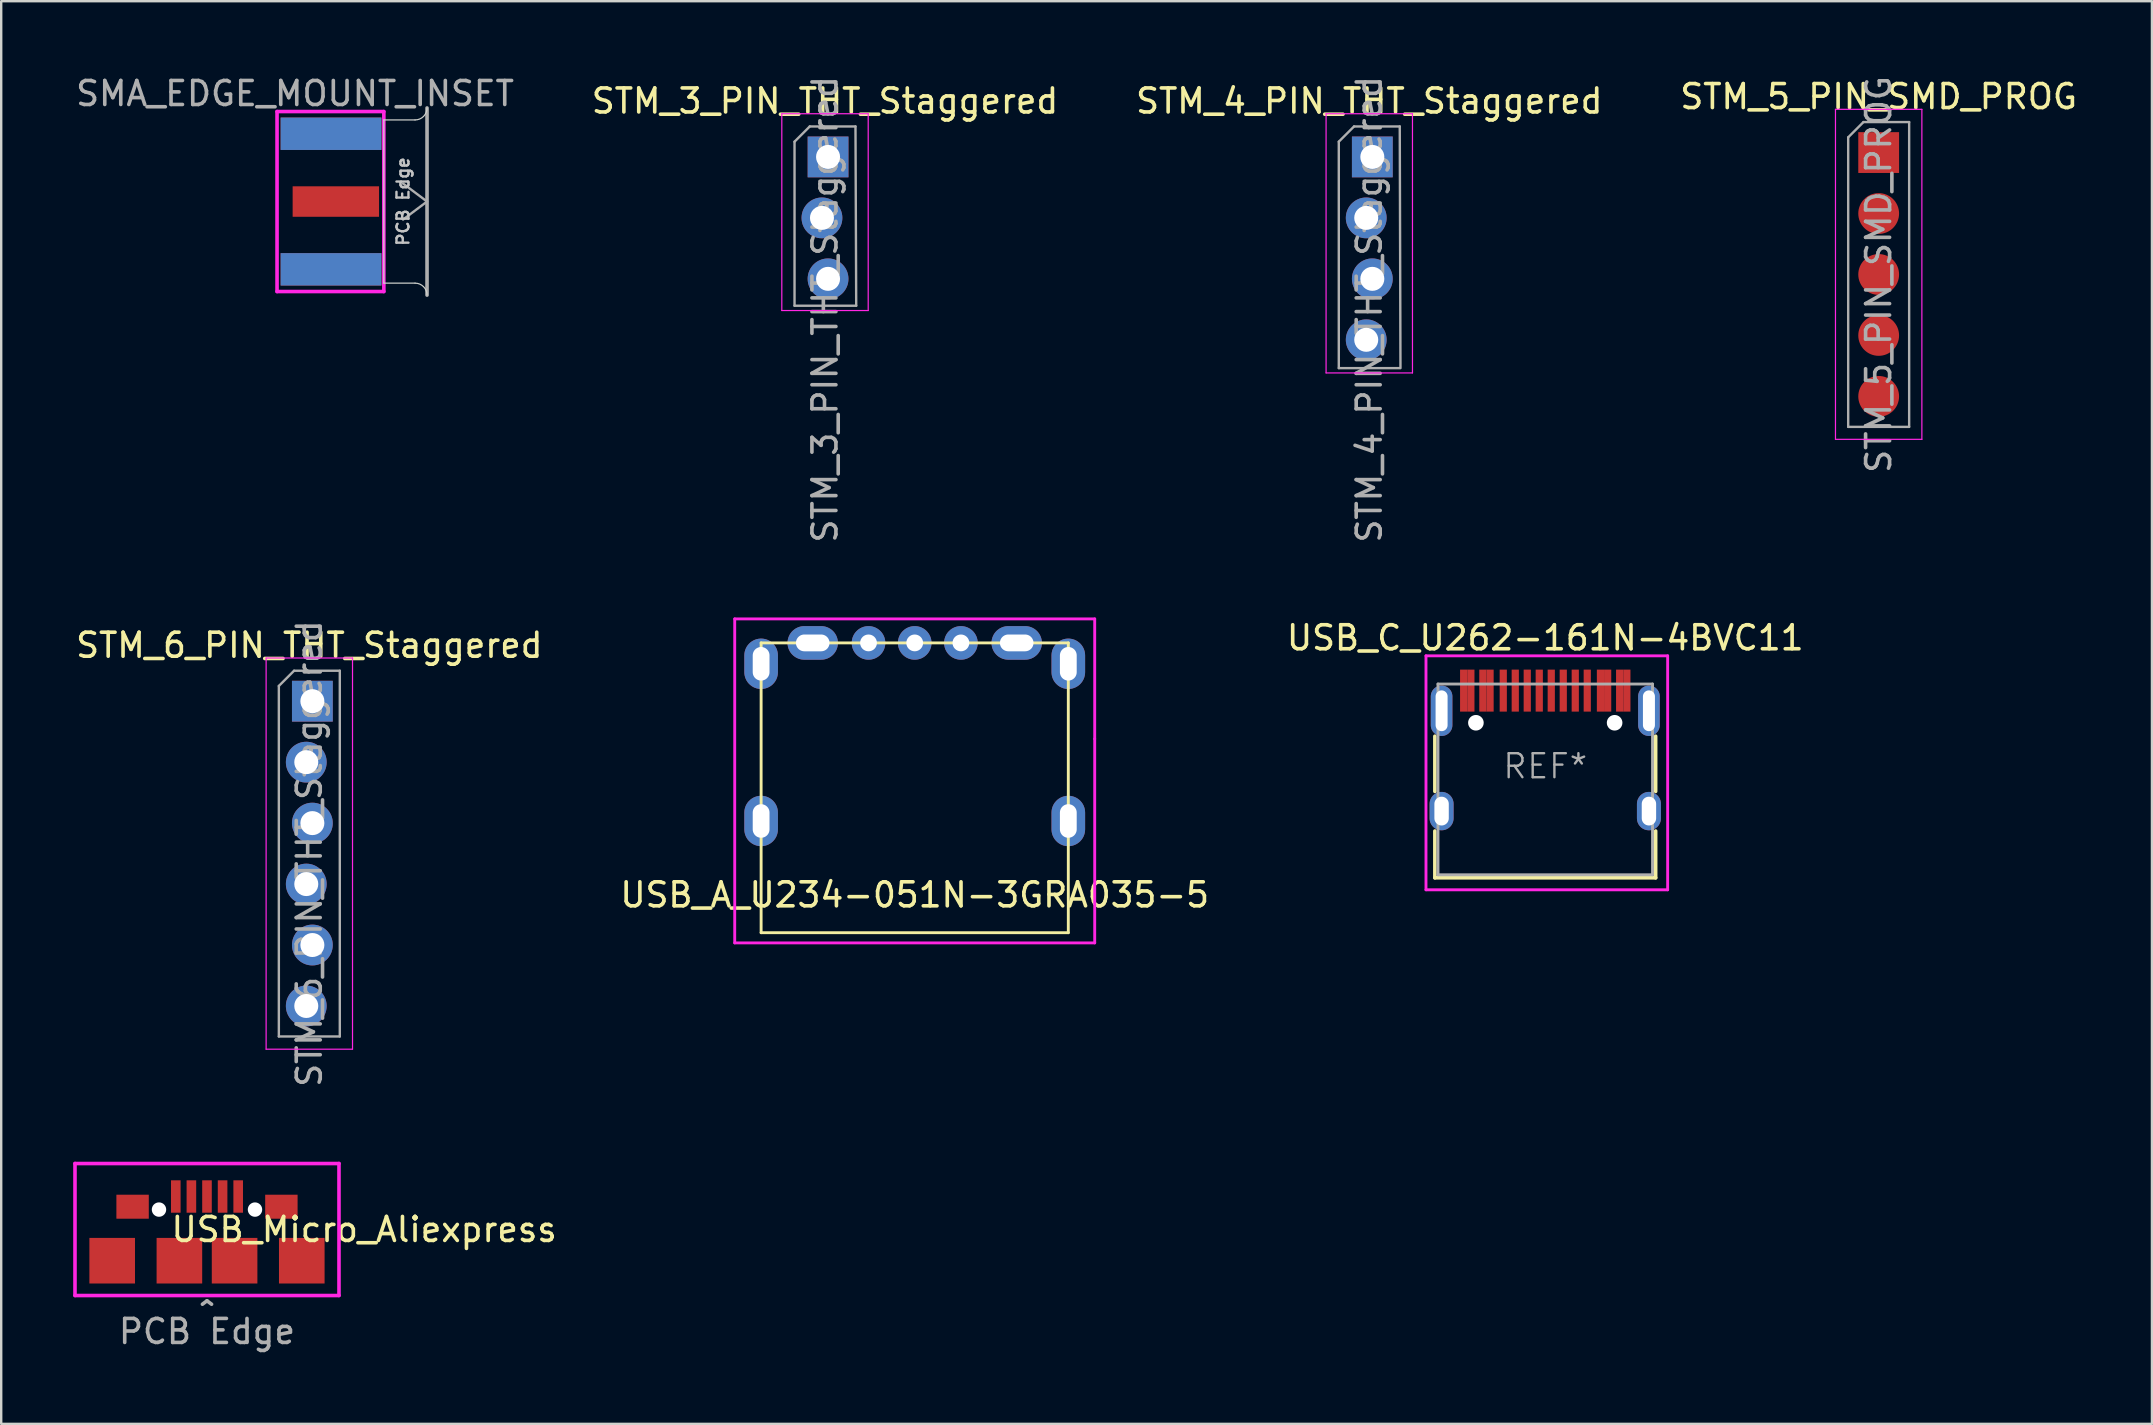
<source format=kicad_pcb>
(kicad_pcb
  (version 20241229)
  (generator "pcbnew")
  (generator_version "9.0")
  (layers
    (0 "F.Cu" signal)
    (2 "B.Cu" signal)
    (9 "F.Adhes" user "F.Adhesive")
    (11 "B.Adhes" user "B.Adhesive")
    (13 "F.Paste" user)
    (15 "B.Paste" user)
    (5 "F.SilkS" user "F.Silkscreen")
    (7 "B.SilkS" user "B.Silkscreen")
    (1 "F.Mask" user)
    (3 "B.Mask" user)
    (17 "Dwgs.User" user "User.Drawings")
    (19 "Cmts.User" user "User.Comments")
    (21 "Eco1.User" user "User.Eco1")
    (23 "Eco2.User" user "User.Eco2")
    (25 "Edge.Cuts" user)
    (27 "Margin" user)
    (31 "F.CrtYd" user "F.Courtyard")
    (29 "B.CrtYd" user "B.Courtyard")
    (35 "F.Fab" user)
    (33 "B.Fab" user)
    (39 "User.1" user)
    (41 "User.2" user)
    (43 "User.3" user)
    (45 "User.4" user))
  (footprint "STM_4_PIN_THT_Staggered"
    (layer "F.Cu")
    (at 54.006 3.489)
    (property "Reference" "STM_4_PIN_THT_Staggered" (at 0 -2.33 0) (layer "F.SilkS") (effects (font (size 1 1) (thickness 0.15))))
    (attr through_hole)
    (fp_line (start -1.8 -1.8) (end -1.8 9) (stroke (width 0.05) (type solid)) (layer "F.CrtYd"))
    (fp_line (start -1.8 9) (end 1.8 9) (stroke (width 0.05) (type solid)) (layer "F.CrtYd"))
    (fp_line (start 1.8 -1.8) (end -1.8 -1.8) (stroke (width 0.05) (type solid)) (layer "F.CrtYd"))
    (fp_line (start 1.8 9) (end 1.8 -1.8) (stroke (width 0.05) (type solid)) (layer "F.CrtYd"))
    (fp_line (start -1.27 -0.635) (end -0.635 -1.27) (stroke (width 0.1) (type solid)) (layer "F.Fab"))
    (fp_line (start -1.27 8.8) (end -1.27 -0.635) (stroke (width 0.1) (type solid)) (layer "F.Fab"))
    (fp_line (start -0.635 -1.27) (end 1.27 -1.27) (stroke (width 0.1) (type solid)) (layer "F.Fab"))
    (fp_line (start 1.27 -1.27) (end 1.3 8.8) (stroke (width 0.1) (type solid)) (layer "F.Fab"))
    (fp_line (start 1.27 8.8) (end -1.27 8.8) (stroke (width 0.1) (type solid)) (layer "F.Fab"))
    (fp_text user "${REFERENCE}" (at 0 6.35 90) (layer "F.Fab") (effects (font (size 1 1) (thickness 0.15))))
    (pad "1" thru_hole rect (at 0.127 0) (size 1.7 1.7) (drill 1) (layers "*.Cu" "*.Mask"))
    (pad "2" thru_hole oval (at -0.127 2.54) (size 1.7 1.7) (drill 1) (layers "*.Cu" "*.Mask"))
    (pad "3" thru_hole oval (at 0.127 5.08) (size 1.7 1.7) (drill 1) (layers "*.Cu" "*.Mask"))
    (pad "4" thru_hole oval (at -0.127 7.62) (size 1.7 1.7) (drill 1) (layers "*.Cu" "*.Mask")))
  (footprint "USB_A_U234-051N-3GRA035-5"
    (layer "F.Cu")
    (at 35.065 33.739)
    (property "Reference" "USB_A_U234-051N-3GRA035-5" (at 0 0.5 0) (layer "F.SilkS") (effects (font (size 1 1) (thickness 0.15))))
    (attr through_hole)
    (fp_line (start -6.4 -10) (end 6.4 -10) (stroke (width 0.12) (type solid)) (layer "F.SilkS"))
    (fp_line (start -6.4 2.075) (end -6.4 -10) (stroke (width 0.12) (type solid)) (layer "F.SilkS"))
    (fp_line (start 6.4 -10) (end 6.4 2.075) (stroke (width 0.12) (type solid)) (layer "F.SilkS"))
    (fp_line (start 6.4 2.075) (end -6.4 2.075) (stroke (width 0.12) (type solid)) (layer "F.SilkS"))
    (fp_line (start -7.5 -11) (end -7.5 2.5) (stroke (width 0.12) (type solid)) (layer "F.CrtYd"))
    (fp_line (start -7.5 2.5) (end 7.5 2.5) (stroke (width 0.12) (type solid)) (layer "F.CrtYd"))
    (fp_line (start 7.5 -11) (end -7.5 -11) (stroke (width 0.12) (type solid)) (layer "F.CrtYd"))
    (fp_line (start 7.5 -6) (end 7.5 -11) (stroke (width 0.12) (type solid)) (layer "F.CrtYd"))
    (fp_line (start 7.5 2.5) (end 7.5 -6) (stroke (width 0.12) (type solid)) (layer "F.CrtYd"))
    (pad "1" thru_hole oval (at -4.25 -10 90) (size 1.4 2.1) (drill oval 0.7 1.4) (layers "*.Cu" "*.Mask"))
    (pad "2" thru_hole circle (at -1.925 -10 90) (size 1.4 1.4) (drill 0.7) (layers "*.Cu" "*.Mask"))
    (pad "3" thru_hole circle (at 0 -10 90) (size 1.4 1.4) (drill 0.7) (layers "*.Cu" "*.Mask"))
    (pad "4" thru_hole circle (at 1.925 -10 90) (size 1.4 1.4) (drill 0.7) (layers "*.Cu" "*.Mask"))
    (pad "5" thru_hole oval (at -6.4 -9.13) (size 1.4 2.1) (drill oval 0.7 1.4) (layers "*.Cu" "*.Mask"))
    (pad "5" thru_hole oval (at -6.4 -2.58 180) (size 1.4 2.1) (drill oval 0.7 1.4) (layers "*.Cu" "*.Mask"))
    (pad "5" thru_hole oval (at 4.25 -10 90) (size 1.4 2.1) (drill oval 0.7 1.4) (layers "*.Cu" "*.Mask"))
    (pad "5" thru_hole oval (at 6.4 -9.13 180) (size 1.4 2.1) (drill oval 0.7 1.4) (layers "*.Cu" "*.Mask"))
    (pad "5" thru_hole oval (at 6.4 -2.58 180) (size 1.4 2.1) (drill oval 0.7 1.4) (layers "*.Cu" "*.Mask")))
  (footprint "SMA_EDGE_MOUNT_INSET"
    (layer "F.Cu")
    (at 10.744 5.348)
    (property "Reference" "SMA_EDGE_MOUNT_INSET" (at -1.5 -4.5 0) (layer "F.Fab") (effects (font (size 1 1) (thickness 0.15))))
    (attr smd)
    (fp_line (start 2.2 -3.4) (end 2.2 3.4) (stroke (width 0.05) (type solid)) (layer "Edge.Cuts"))
    (fp_line (start 2.2 -3.4) (end 3.5 -3.4) (stroke (width 0.05) (type solid)) (layer "Edge.Cuts"))
    (fp_line (start 2.2 3.4) (end 3.5 3.4) (stroke (width 0.05) (type solid)) (layer "Edge.Cuts"))
    (fp_arc (start 3.5 3.4) (mid 3.853553 3.546447) (end 4 3.9) (stroke (width 0.05) (type solid)) (layer "Edge.Cuts"))
    (fp_arc (start 4 -3.9) (mid 3.853553 -3.546447) (end 3.5 -3.4) (stroke (width 0.05) (type solid)) (layer "Edge.Cuts"))
    (fp_line (start -2.25 -3.75) (end 2.2 -3.75) (stroke (width 0.15) (type solid)) (layer "F.CrtYd"))
    (fp_line (start -2.25 3.75) (end -2.25 -3.75) (stroke (width 0.15) (type solid)) (layer "F.CrtYd"))
    (fp_line (start 2.2 -3.75) (end 2.2 3.75) (stroke (width 0.15) (type solid)) (layer "F.CrtYd"))
    (fp_line (start 2.2 3.75) (end -2.25 3.75) (stroke (width 0.15) (type solid)) (layer "F.CrtYd"))
    (fp_line (start 3 -0.75) (end 4 0) (stroke (width 0.1) (type solid)) (layer "F.Fab"))
    (fp_line (start 4 -3.9) (end 4 3.9) (stroke (width 0.15) (type solid)) (layer "F.Fab"))
    (fp_line (start 4 0) (end 3 0.75) (stroke (width 0.1) (type solid)) (layer "F.Fab"))
    (fp_text user "PCB Edge" (at 3 0 90) (layer "Dwgs.User") (effects (font (size 0.5 0.5) (thickness 0.1))))
    (pad "1" smd rect (at 0.2 0 90) (size 1.27 3.6) (layers "F.Cu" "F.Mask"))
    (pad "2" smd rect (at 0 -2.825 90) (size 1.35 4.2) (layers "F.Cu" "F.Mask"))
    (pad "2" smd rect (at 0 -2.825 90) (size 1.35 4.2) (layers "B.Cu" "B.Mask"))
    (pad "2" smd rect (at 0 2.825 90) (size 1.35 4.2) (layers "F.Cu" "F.Mask"))
    (pad "2" smd rect (at 0 2.825 90) (size 1.35 4.2) (layers "B.Cu" "B.Mask")))
  (footprint "STM_5_PIN_SMD_PROG"
    (layer "F.Cu")
    (at 75.232 3.307)
    (property "Reference" "STM_5_PIN_SMD_PROG" (at 0 -2.33 0) (layer "F.SilkS") (effects (font (size 1 1) (thickness 0.15))))
    (attr through_hole)
    (fp_line (start -1.8 -1.8) (end -1.8 11.95) (stroke (width 0.05) (type solid)) (layer "F.CrtYd"))
    (fp_line (start -1.8 11.95) (end 1.8 11.95) (stroke (width 0.05) (type solid)) (layer "F.CrtYd"))
    (fp_line (start 1.8 -1.8) (end -1.8 -1.8) (stroke (width 0.05) (type solid)) (layer "F.CrtYd"))
    (fp_line (start 1.8 11.95) (end 1.8 -1.8) (stroke (width 0.05) (type solid)) (layer "F.CrtYd"))
    (fp_line (start -1.27 -0.635) (end -0.635 -1.27) (stroke (width 0.1) (type solid)) (layer "F.Fab"))
    (fp_line (start -1.27 11.43) (end -1.27 -0.635) (stroke (width 0.1) (type solid)) (layer "F.Fab"))
    (fp_line (start -0.635 -1.27) (end 1.27 -1.27) (stroke (width 0.1) (type solid)) (layer "F.Fab"))
    (fp_line (start 1.27 -1.27) (end 1.27 11.43) (stroke (width 0.1) (type solid)) (layer "F.Fab"))
    (fp_line (start 1.27 11.43) (end -1.27 11.43) (stroke (width 0.1) (type solid)) (layer "F.Fab"))
    (fp_text user "${REFERENCE}" (at 0 5.08 90) (layer "F.Fab") (effects (font (size 1 1) (thickness 0.15))))
    (pad "1" smd rect (at 0 0) (size 1.7 1.7) (layers "F.Cu" "F.Mask" "F.Paste"))
    (pad "2" smd oval (at 0 2.54) (size 1.7 1.7) (layers "F.Cu" "F.Mask" "F.Paste"))
    (pad "3" smd oval (at 0 5.08) (size 1.7 1.7) (layers "F.Cu" "F.Mask" "F.Paste"))
    (pad "4" smd oval (at 0 7.62) (size 1.7 1.7) (layers "F.Cu" "F.Mask" "F.Paste"))
    (pad "5" smd oval (at 0 10.16) (size 1.7 1.7) (layers "F.Cu" "F.Mask" "F.Paste")))
  (footprint "USB_C_U262-161N-4BVC11"
    (layer "F.Cu")
    (at 61.339 28.877)
    (property "Reference" "USB_C_U262-161N-4BVC11" (at 0 -5.35 0) (layer "F.SilkS") (effects (font (size 1 1) (thickness 0.15))))
    (attr through_hole)
    (fp_line (start -4.6 1.05) (end -4.6 -1.25) (stroke (width 0.15) (type solid)) (layer "F.SilkS"))
    (fp_line (start -4.6 4.65) (end -4.6 2.7) (stroke (width 0.15) (type solid)) (layer "F.SilkS"))
    (fp_line (start 4.6 1.05) (end 4.6 -1.25) (stroke (width 0.15) (type solid)) (layer "F.SilkS"))
    (fp_line (start 4.6 4.65) (end -4.6 4.65) (stroke (width 0.15) (type solid)) (layer "F.SilkS"))
    (fp_line (start 4.6 4.65) (end 4.6 2.7) (stroke (width 0.15) (type solid)) (layer "F.SilkS"))
    (fp_line (start -4.97 -4.6) (end -4.97 5.15) (stroke (width 0.12) (type solid)) (layer "F.CrtYd"))
    (fp_line (start -4.97 -4.6) (end 5.1 -4.6) (stroke (width 0.12) (type solid)) (layer "F.CrtYd"))
    (fp_line (start -4.97 5.15) (end 5.1 5.15) (stroke (width 0.12) (type solid)) (layer "F.CrtYd"))
    (fp_line (start 5.1 -4.6) (end 5.1 5.15) (stroke (width 0.12) (type solid)) (layer "F.CrtYd"))
    (fp_line (start -4.47 -3.425) (end -4.47 4.525) (stroke (width 0.12) (type solid)) (layer "F.Fab"))
    (fp_line (start -4.47 -3.425) (end 4.47 -3.425) (stroke (width 0.12) (type solid)) (layer "F.Fab"))
    (fp_line (start 4.47 -3.425) (end 4.47 4.525) (stroke (width 0.12) (type solid)) (layer "F.Fab"))
    (fp_line (start 4.47 4.525) (end -4.47 4.525) (stroke (width 0.12) (type solid)) (layer "F.Fab"))
    (fp_text user "REF*" (at 0 0 0) (layer "F.Fab") (effects (font (size 1 1) (thickness 0.1))))
    (pad "" smd roundrect (at -4.6 -2.31) (size 1.5 2.5) (layers "F.Paste") (roundrect_rratio 0.3))
    (pad "" smd roundrect (at -4.55 1.87) (size 1.5 2.1) (layers "F.Paste") (roundrect_rratio 0.3))
    (pad "" np_thru_hole circle (at -2.89 -1.81) (size 0.65 0.65) (drill 0.65) (layers "*.Cu" "*.Mask"))
    (pad "" np_thru_hole circle (at 2.89 -1.81) (size 0.65 0.65) (drill 0.65) (layers "*.Cu" "*.Mask"))
    (pad "" smd roundrect (at 4.55 1.87) (size 1.5 2.1) (layers "F.Paste") (roundrect_rratio 0.3))
    (pad "" smd roundrect (at 4.6 -2.3) (size 1.5 2.5) (layers "F.Paste") (roundrect_rratio 0.3))
    (pad "A1" smd rect (at -3.4 -3.15) (size 0.3 1.75) (layers "F.Cu" "F.Mask" "F.Paste"))
    (pad "A4" smd rect (at -2.6 -3.15) (size 0.3 1.75) (layers "F.Cu" "F.Mask" "F.Paste"))
    (pad "A5" smd rect (at -1.25 -3.15) (size 0.3 1.75) (layers "F.Cu" "F.Mask" "F.Paste"))
    (pad "A6" smd rect (at -0.25 -3.15) (size 0.3 1.75) (layers "F.Cu" "F.Mask" "F.Paste"))
    (pad "A7" smd rect (at 0.25 -3.15) (size 0.3 1.75) (layers "F.Cu" "F.Mask" "F.Paste"))
    (pad "A8" smd rect (at 1.25 -3.15) (size 0.3 1.75) (layers "F.Cu" "F.Mask" "F.Paste"))
    (pad "A9" smd rect (at 2.6 -3.15) (size 0.3 1.75) (layers "F.Cu" "F.Mask" "F.Paste"))
    (pad "A12" smd rect (at 3.4 -3.15) (size 0.3 1.75) (layers "F.Cu" "F.Mask" "F.Paste"))
    (pad "B1" smd rect (at 3.1 -3.15) (size 0.3 1.75) (layers "F.Cu" "F.Mask" "F.Paste"))
    (pad "B4" smd rect (at 2.3 -3.15) (size 0.3 1.75) (layers "F.Cu" "F.Mask" "F.Paste"))
    (pad "B5" smd rect (at 1.75 -3.15) (size 0.3 1.75) (layers "F.Cu" "F.Mask" "F.Paste"))
    (pad "B6" smd rect (at 0.75 -3.15) (size 0.3 1.75) (layers "F.Cu" "F.Mask" "F.Paste"))
    (pad "B7" smd rect (at -0.75 -3.15) (size 0.3 1.75) (layers "F.Cu" "F.Mask" "F.Paste"))
    (pad "B8" smd rect (at -1.75 -3.15) (size 0.3 1.75) (layers "F.Cu" "F.Mask" "F.Paste"))
    (pad "B9" smd rect (at -2.3 -3.15) (size 0.3 1.75) (layers "F.Cu" "F.Mask" "F.Paste"))
    (pad "B12" smd rect (at -3.1 -3.15) (size 0.3 1.75) (layers "F.Cu" "F.Mask" "F.Paste"))
    (pad "S1" thru_hole oval (at -4.32 -2.31) (size 0.9 2.1) (drill oval 0.5 1.7) (layers "*.Cu" "*.Mask" "F.Paste"))
    (pad "S1" thru_hole oval (at -4.32 1.87) (size 1 1.6) (drill oval 0.6 1.2) (layers "*.Cu" "*.Mask" "F.Paste"))
    (pad "S1" thru_hole oval (at 4.32 -2.31) (size 0.9 2.1) (drill oval 0.5 1.7) (layers "*.Cu" "*.Mask" "F.Paste"))
    (pad "S1" thru_hole oval (at 4.32 1.87) (size 1 1.6) (drill oval 0.6 1.2) (layers "*.Cu" "*.Mask" "F.Paste")))
  (footprint "USB_Micro_Aliexpress"
    (layer "F.Cu")
    (at 5.575 50.932)
    (property "Reference" "USB_Micro_Aliexpress" (at 6.55 -2.75 0) (layer "F.SilkS") (effects (font (size 1 1) (thickness 0.15))))
    (attr through_hole)
    (fp_line (start -5.5 -5.5) (end 5.5 -5.5) (stroke (width 0.15) (type solid)) (layer "F.CrtYd"))
    (fp_line (start -5.5 0) (end -5.5 -5.5) (stroke (width 0.15) (type solid)) (layer "F.CrtYd"))
    (fp_line (start -5.5 0) (end 5.5 0) (stroke (width 0.15) (type solid)) (layer "F.CrtYd"))
    (fp_line (start 5.5 0) (end 5.5 -5.5) (stroke (width 0.15) (type solid)) (layer "F.CrtYd"))
    (fp_text user "PCB Edge" (at 0 1.5 0) (layer "F.Fab") (effects (font (size 1 1) (thickness 0.15))))
    (fp_text user "^" (at 0 0.813 180) (layer "F.Fab") (effects (font (size 1 1) (thickness 0.15))))
    (pad "" np_thru_hole circle (at -2 -3.58) (size 0.6 0.6) (drill 0.6) (layers "*.Cu" "*.Mask"))
    (pad "" np_thru_hole circle (at 2 -3.58) (size 0.6 0.6) (drill 0.6) (layers "*.Mask" "F.Cu"))
    (pad "1" smd rect (at -1.3 -4.125) (size 0.4 1.35) (layers "F.Cu" "F.Mask" "F.Paste"))
    (pad "2" smd rect (at -0.65 -4.125) (size 0.4 1.35) (layers "F.Cu" "F.Mask" "F.Paste"))
    (pad "3" smd rect (at 0 -4.125) (size 0.4 1.35) (layers "F.Cu" "F.Mask" "F.Paste"))
    (pad "4" smd rect (at 0.65 -4.125) (size 0.4 1.35) (layers "F.Cu" "F.Mask" "F.Paste"))
    (pad "5" smd rect (at 1.3 -4.125) (size 0.4 1.35) (layers "F.Cu" "F.Mask" "F.Paste"))
    (pad "6" smd rect (at -3.95 -1.45) (size 1.9 1.9) (layers "F.Cu" "F.Mask" "F.Paste"))
    (pad "6" smd rect (at -3.1 -3.7) (size 1.35 1) (layers "F.Cu" "F.Mask" "F.Paste"))
    (pad "6" smd rect (at -1.15 -1.45) (size 1.9 1.9) (layers "F.Cu" "F.Mask" "F.Paste"))
    (pad "6" smd rect (at 1.15 -1.45) (size 1.9 1.9) (layers "F.Cu" "F.Mask" "F.Paste"))
    (pad "6" smd rect (at 3.1 -3.7) (size 1.35 1) (layers "F.Cu" "F.Mask" "F.Paste"))
    (pad "6" smd rect (at 3.95 -1.45) (size 1.9 1.9) (layers "F.Cu" "F.Mask" "F.Paste")))
  (footprint "STM_3_PIN_THT_Staggered"
    (layer "F.Cu")
    (at 31.327 3.489)
    (property "Reference" "STM_3_PIN_THT_Staggered" (at 0 -2.33 0) (layer "F.SilkS") (effects (font (size 1 1) (thickness 0.15))))
    (attr through_hole)
    (fp_line (start -1.8 -1.8) (end -1.8 6.4) (stroke (width 0.05) (type solid)) (layer "F.CrtYd"))
    (fp_line (start -1.8 6.4) (end 1.8 6.4) (stroke (width 0.05) (type solid)) (layer "F.CrtYd"))
    (fp_line (start 1.8 -1.8) (end -1.8 -1.8) (stroke (width 0.05) (type solid)) (layer "F.CrtYd"))
    (fp_line (start 1.8 6.4) (end 1.8 -1.8) (stroke (width 0.05) (type solid)) (layer "F.CrtYd"))
    (fp_line (start -1.27 -0.635) (end -0.635 -1.27) (stroke (width 0.1) (type solid)) (layer "F.Fab"))
    (fp_line (start -1.27 6.2) (end -1.27 -0.635) (stroke (width 0.1) (type solid)) (layer "F.Fab"))
    (fp_line (start -0.635 -1.27) (end 1.27 -1.27) (stroke (width 0.1) (type solid)) (layer "F.Fab"))
    (fp_line (start 1.27 -1.27) (end 1.3 6.2) (stroke (width 0.1) (type solid)) (layer "F.Fab"))
    (fp_line (start 1.3 6.2) (end -1.27 6.2) (stroke (width 0.1) (type solid)) (layer "F.Fab"))
    (fp_text user "${REFERENCE}" (at 0 6.35 90) (layer "F.Fab") (effects (font (size 1 1) (thickness 0.15))))
    (pad "1" thru_hole rect (at 0.127 0) (size 1.7 1.7) (drill 1) (layers "*.Cu" "*.Mask"))
    (pad "2" thru_hole oval (at -0.127 2.54) (size 1.7 1.7) (drill 1) (layers "*.Cu" "*.Mask"))
    (pad "3" thru_hole oval (at 0.127 5.08) (size 1.7 1.7) (drill 1) (layers "*.Cu" "*.Mask")))
  (footprint "STM_6_PIN_THT_Staggered"
    (layer "F.Cu")
    (at 9.839 26.168)
    (property "Reference" "STM_6_PIN_THT_Staggered" (at 0 -2.33 0) (layer "F.SilkS") (effects (font (size 1 1) (thickness 0.15))))
    (attr through_hole)
    (fp_line (start -1.8 -1.8) (end -1.8 14.5) (stroke (width 0.05) (type solid)) (layer "F.CrtYd"))
    (fp_line (start -1.8 14.5) (end 1.8 14.5) (stroke (width 0.05) (type solid)) (layer "F.CrtYd"))
    (fp_line (start 1.8 -1.8) (end -1.8 -1.8) (stroke (width 0.05) (type solid)) (layer "F.CrtYd"))
    (fp_line (start 1.8 14.5) (end 1.8 -1.8) (stroke (width 0.05) (type solid)) (layer "F.CrtYd"))
    (fp_line (start -1.27 -0.635) (end -0.635 -1.27) (stroke (width 0.1) (type solid)) (layer "F.Fab"))
    (fp_line (start -1.27 13.97) (end -1.27 -0.635) (stroke (width 0.1) (type solid)) (layer "F.Fab"))
    (fp_line (start -0.635 -1.27) (end 1.27 -1.27) (stroke (width 0.1) (type solid)) (layer "F.Fab"))
    (fp_line (start 1.27 -1.27) (end 1.27 13.97) (stroke (width 0.1) (type solid)) (layer "F.Fab"))
    (fp_line (start 1.27 13.97) (end -1.27 13.97) (stroke (width 0.1) (type solid)) (layer "F.Fab"))
    (fp_text user "${REFERENCE}" (at 0 6.35 90) (layer "F.Fab") (effects (font (size 1 1) (thickness 0.15))))
    (pad "1" thru_hole rect (at 0.127 0) (size 1.7 1.7) (drill 1) (layers "*.Cu" "*.Mask"))
    (pad "2" thru_hole oval (at -0.127 2.54) (size 1.7 1.7) (drill 1) (layers "*.Cu" "*.Mask"))
    (pad "3" thru_hole oval (at 0.127 5.08) (size 1.7 1.7) (drill 1) (layers "*.Cu" "*.Mask"))
    (pad "4" thru_hole oval (at -0.127 7.62) (size 1.7 1.7) (drill 1) (layers "*.Cu" "*.Mask"))
    (pad "5" thru_hole oval (at 0.127 10.16) (size 1.7 1.7) (drill 1) (layers "*.Cu" "*.Mask"))
    (pad "6" thru_hole oval (at -0.127 12.7) (size 1.7 1.7) (drill 1) (layers "*.Cu" "*.Mask")))
  (gr_rect
    (start -3 -3)
    (end 86.619 56.28)
    (stroke (width 0.1) (type default))
    (fill no)
    (layer "Edge.Cuts")))
</source>
